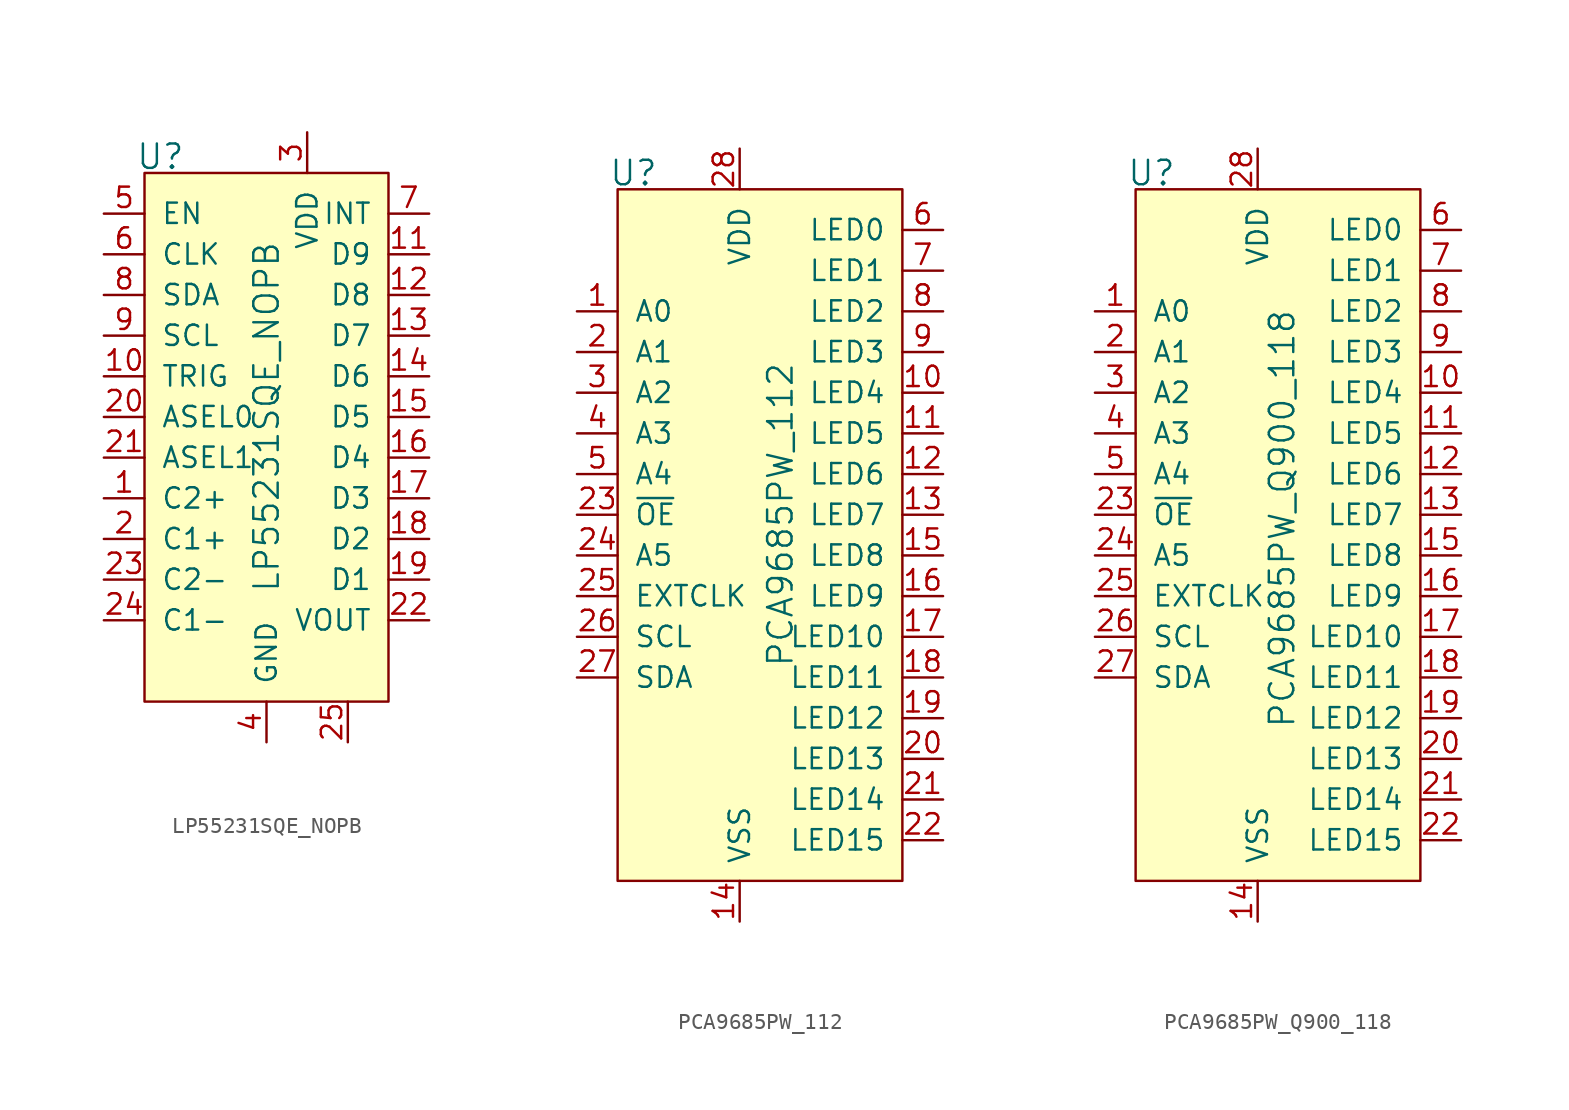
<source format=kicad_sym>
(kicad_symbol_lib
  (version 20211014)
  (generator kicad_symbol_editor)
  (symbol "LP55231SQE_NOPB"
    (pin_names
      (offset 1.016))
    (property "Reference" "U"
      (at -7.62 3.556 0)
      (effects (font (size 1.524 1.524)) (justify right)))
    (property "Value" "LP55231SQE_NOPB"
      (at -2.54 -12.7 90)
      (effects (font (size 1.524 1.524))))
    (symbol "LP55231SQE_NOPB_0_1"
      (rectangle (start -10.16 2.54) (end 5.08 -30.48) (stroke (width 0) (type default) (color 0 0 0 0)) (fill (type background))))
    (symbol "LP55231SQE_NOPB_1_1"
      (pin passive line (at -12.7 -17.78 0) (length 2.54) (name "C2+" (effects (font (size 1.27 1.27)))) (number "1" (effects (font (size 1.27 1.27)))))
      (pin input line (at -12.7 -10.16 0) (length 2.54) (name "TRIG" (effects (font (size 1.27 1.27)))) (number "10" (effects (font (size 1.27 1.27)))))
      (pin power_out line (at 7.62 -2.54 180) (length 2.54) (name "D9" (effects (font (size 1.27 1.27)))) (number "11" (effects (font (size 1.27 1.27)))))
      (pin power_out line (at 7.62 -5.08 180) (length 2.54) (name "D8" (effects (font (size 1.27 1.27)))) (number "12" (effects (font (size 1.27 1.27)))))
      (pin power_out line (at 7.62 -7.62 180) (length 2.54) (name "D7" (effects (font (size 1.27 1.27)))) (number "13" (effects (font (size 1.27 1.27)))))
      (pin power_out line (at 7.62 -10.16 180) (length 2.54) (name "D6" (effects (font (size 1.27 1.27)))) (number "14" (effects (font (size 1.27 1.27)))))
      (pin power_out line (at 7.62 -12.7 180) (length 2.54) (name "D5" (effects (font (size 1.27 1.27)))) (number "15" (effects (font (size 1.27 1.27)))))
      (pin power_out line (at 7.62 -15.24 180) (length 2.54) (name "D4" (effects (font (size 1.27 1.27)))) (number "16" (effects (font (size 1.27 1.27)))))
      (pin power_out line (at 7.62 -17.78 180) (length 2.54) (name "D3" (effects (font (size 1.27 1.27)))) (number "17" (effects (font (size 1.27 1.27)))))
      (pin power_out line (at 7.62 -20.32 180) (length 2.54) (name "D2" (effects (font (size 1.27 1.27)))) (number "18" (effects (font (size 1.27 1.27)))))
      (pin power_out line (at 7.62 -22.86 180) (length 2.54) (name "D1" (effects (font (size 1.27 1.27)))) (number "19" (effects (font (size 1.27 1.27)))))
      (pin passive line (at -12.7 -20.32 0) (length 2.54) (name "C1+" (effects (font (size 1.27 1.27)))) (number "2" (effects (font (size 1.27 1.27)))))
      (pin input line (at -12.7 -12.7 0) (length 2.54) (name "ASEL0" (effects (font (size 1.27 1.27)))) (number "20" (effects (font (size 1.27 1.27)))))
      (pin input line (at -12.7 -15.24 0) (length 2.54) (name "ASEL1" (effects (font (size 1.27 1.27)))) (number "21" (effects (font (size 1.27 1.27)))))
      (pin passive line (at 7.62 -25.4 180) (length 2.54) (name "VOUT" (effects (font (size 1.27 1.27)))) (number "22" (effects (font (size 1.27 1.27)))))
      (pin passive line (at -12.7 -22.86 0) (length 2.54) (name "C2-" (effects (font (size 1.27 1.27)))) (number "23" (effects (font (size 1.27 1.27)))))
      (pin passive line (at -12.7 -25.4 0) (length 2.54) (name "C1-" (effects (font (size 1.27 1.27)))) (number "24" (effects (font (size 1.27 1.27)))))
      (pin power_in line (at 2.54 -33.02 90) (length 2.54) (name "~" (effects (font (size 1.27 1.27)))) (number "25" (effects (font (size 1.27 1.27)))))
      (pin power_in line (at 0 5.08 270) (length 2.54) (name "VDD" (effects (font (size 1.27 1.27)))) (number "3" (effects (font (size 1.27 1.27)))))
      (pin power_in line (at -2.54 -33.02 90) (length 2.54) (name "GND" (effects (font (size 1.27 1.27)))) (number "4" (effects (font (size 1.27 1.27)))))
      (pin input line (at -12.7 0 0) (length 2.54) (name "EN" (effects (font (size 1.27 1.27)))) (number "5" (effects (font (size 1.27 1.27)))))
      (pin input line (at -12.7 -2.54 0) (length 2.54) (name "CLK" (effects (font (size 1.27 1.27)))) (number "6" (effects (font (size 1.27 1.27)))))
      (pin output line (at 7.62 0 180) (length 2.54) (name "INT" (effects (font (size 1.27 1.27)))) (number "7" (effects (font (size 1.27 1.27)))))
      (pin bidirectional line (at -12.7 -5.08 0) (length 2.54) (name "SDA" (effects (font (size 1.27 1.27)))) (number "8" (effects (font (size 1.27 1.27)))))
      (pin input line (at -12.7 -7.62 0) (length 2.54) (name "SCL" (effects (font (size 1.27 1.27)))) (number "9" (effects (font (size 1.27 1.27)))))))
  (symbol "PCA9685PW_112"
    (pin_names
      (offset 1.016))
    (property "Reference" "U"
      (at -7.62 21.336 0)
      (effects (font (size 1.524 1.524)) (justify right)))
    (property "Value" "PCA9685PW_112"
      (at 0 0 90)
      (effects (font (size 1.524 1.524))))
    (symbol "PCA9685PW_112_0_1"
      (rectangle (start -10.16 20.32) (end 7.62 -22.86) (stroke (width 0) (type default) (color 0 0 0 0)) (fill (type background))))
    (symbol "PCA9685PW_112_1_1"
      (pin input line (at -12.7 12.7 0) (length 2.54) (name "A0" (effects (font (size 1.27 1.27)))) (number "1" (effects (font (size 1.27 1.27)))))
      (pin power_out line (at 10.16 7.62 180) (length 2.54) (name "LED4" (effects (font (size 1.27 1.27)))) (number "10" (effects (font (size 1.27 1.27)))))
      (pin power_out line (at 10.16 5.08 180) (length 2.54) (name "LED5" (effects (font (size 1.27 1.27)))) (number "11" (effects (font (size 1.27 1.27)))))
      (pin power_out line (at 10.16 2.54 180) (length 2.54) (name "LED6" (effects (font (size 1.27 1.27)))) (number "12" (effects (font (size 1.27 1.27)))))
      (pin power_out line (at 10.16 0 180) (length 2.54) (name "LED7" (effects (font (size 1.27 1.27)))) (number "13" (effects (font (size 1.27 1.27)))))
      (pin power_in line (at -2.54 -25.4 90) (length 2.54) (name "VSS" (effects (font (size 1.27 1.27)))) (number "14" (effects (font (size 1.27 1.27)))))
      (pin power_out line (at 10.16 -2.54 180) (length 2.54) (name "LED8" (effects (font (size 1.27 1.27)))) (number "15" (effects (font (size 1.27 1.27)))))
      (pin power_out line (at 10.16 -5.08 180) (length 2.54) (name "LED9" (effects (font (size 1.27 1.27)))) (number "16" (effects (font (size 1.27 1.27)))))
      (pin power_out line (at 10.16 -7.62 180) (length 2.54) (name "LED10" (effects (font (size 1.27 1.27)))) (number "17" (effects (font (size 1.27 1.27)))))
      (pin power_out line (at 10.16 -10.16 180) (length 2.54) (name "LED11" (effects (font (size 1.27 1.27)))) (number "18" (effects (font (size 1.27 1.27)))))
      (pin power_out line (at 10.16 -12.7 180) (length 2.54) (name "LED12" (effects (font (size 1.27 1.27)))) (number "19" (effects (font (size 1.27 1.27)))))
      (pin input line (at -12.7 10.16 0) (length 2.54) (name "A1" (effects (font (size 1.27 1.27)))) (number "2" (effects (font (size 1.27 1.27)))))
      (pin power_out line (at 10.16 -15.24 180) (length 2.54) (name "LED13" (effects (font (size 1.27 1.27)))) (number "20" (effects (font (size 1.27 1.27)))))
      (pin power_out line (at 10.16 -17.78 180) (length 2.54) (name "LED14" (effects (font (size 1.27 1.27)))) (number "21" (effects (font (size 1.27 1.27)))))
      (pin power_out line (at 10.16 -20.32 180) (length 2.54) (name "LED15" (effects (font (size 1.27 1.27)))) (number "22" (effects (font (size 1.27 1.27)))))
      (pin input line (at -12.7 0 0) (length 2.54) (name "~{OE}" (effects (font (size 1.27 1.27)))) (number "23" (effects (font (size 1.27 1.27)))))
      (pin input line (at -12.7 -2.54 0) (length 2.54) (name "A5" (effects (font (size 1.27 1.27)))) (number "24" (effects (font (size 1.27 1.27)))))
      (pin input line (at -12.7 -5.08 0) (length 2.54) (name "EXTCLK" (effects (font (size 1.27 1.27)))) (number "25" (effects (font (size 1.27 1.27)))))
      (pin input line (at -12.7 -7.62 0) (length 2.54) (name "SCL" (effects (font (size 1.27 1.27)))) (number "26" (effects (font (size 1.27 1.27)))))
      (pin bidirectional line (at -12.7 -10.16 0) (length 2.54) (name "SDA" (effects (font (size 1.27 1.27)))) (number "27" (effects (font (size 1.27 1.27)))))
      (pin power_in line (at -2.54 22.86 270) (length 2.54) (name "VDD" (effects (font (size 1.27 1.27)))) (number "28" (effects (font (size 1.27 1.27)))))
      (pin input line (at -12.7 7.62 0) (length 2.54) (name "A2" (effects (font (size 1.27 1.27)))) (number "3" (effects (font (size 1.27 1.27)))))
      (pin input line (at -12.7 5.08 0) (length 2.54) (name "A3" (effects (font (size 1.27 1.27)))) (number "4" (effects (font (size 1.27 1.27)))))
      (pin input line (at -12.7 2.54 0) (length 2.54) (name "A4" (effects (font (size 1.27 1.27)))) (number "5" (effects (font (size 1.27 1.27)))))
      (pin power_out line (at 10.16 17.78 180) (length 2.54) (name "LED0" (effects (font (size 1.27 1.27)))) (number "6" (effects (font (size 1.27 1.27)))))
      (pin power_out line (at 10.16 15.24 180) (length 2.54) (name "LED1" (effects (font (size 1.27 1.27)))) (number "7" (effects (font (size 1.27 1.27)))))
      (pin power_out line (at 10.16 12.7 180) (length 2.54) (name "LED2" (effects (font (size 1.27 1.27)))) (number "8" (effects (font (size 1.27 1.27)))))
      (pin power_out line (at 10.16 10.16 180) (length 2.54) (name "LED3" (effects (font (size 1.27 1.27)))) (number "9" (effects (font (size 1.27 1.27)))))))
  (symbol "PCA9685PW_Q900_118"
    (pin_names
      (offset 1.016))
    (property "Reference" "U"
      (at -7.62 21.336 0)
      (effects (font (size 1.524 1.524)) (justify right)))
    (property "Value" "PCA9685PW_Q900_118"
      (at -1.016 -0.254 90)
      (effects (font (size 1.524 1.524))))
    (symbol "PCA9685PW_Q900_118_0_1"
      (rectangle (start -10.16 20.32) (end 7.62 -22.86) (stroke (width 0) (type default) (color 0 0 0 0)) (fill (type background))))
    (symbol "PCA9685PW_Q900_118_1_1"
      (pin input line (at -12.7 12.7 0) (length 2.54) (name "A0" (effects (font (size 1.27 1.27)))) (number "1" (effects (font (size 1.27 1.27)))))
      (pin power_out line (at 10.16 7.62 180) (length 2.54) (name "LED4" (effects (font (size 1.27 1.27)))) (number "10" (effects (font (size 1.27 1.27)))))
      (pin power_out line (at 10.16 5.08 180) (length 2.54) (name "LED5" (effects (font (size 1.27 1.27)))) (number "11" (effects (font (size 1.27 1.27)))))
      (pin power_out line (at 10.16 2.54 180) (length 2.54) (name "LED6" (effects (font (size 1.27 1.27)))) (number "12" (effects (font (size 1.27 1.27)))))
      (pin power_out line (at 10.16 0 180) (length 2.54) (name "LED7" (effects (font (size 1.27 1.27)))) (number "13" (effects (font (size 1.27 1.27)))))
      (pin power_in line (at -2.54 -25.4 90) (length 2.54) (name "VSS" (effects (font (size 1.27 1.27)))) (number "14" (effects (font (size 1.27 1.27)))))
      (pin power_out line (at 10.16 -2.54 180) (length 2.54) (name "LED8" (effects (font (size 1.27 1.27)))) (number "15" (effects (font (size 1.27 1.27)))))
      (pin power_out line (at 10.16 -5.08 180) (length 2.54) (name "LED9" (effects (font (size 1.27 1.27)))) (number "16" (effects (font (size 1.27 1.27)))))
      (pin power_out line (at 10.16 -7.62 180) (length 2.54) (name "LED10" (effects (font (size 1.27 1.27)))) (number "17" (effects (font (size 1.27 1.27)))))
      (pin power_out line (at 10.16 -10.16 180) (length 2.54) (name "LED11" (effects (font (size 1.27 1.27)))) (number "18" (effects (font (size 1.27 1.27)))))
      (pin power_out line (at 10.16 -12.7 180) (length 2.54) (name "LED12" (effects (font (size 1.27 1.27)))) (number "19" (effects (font (size 1.27 1.27)))))
      (pin input line (at -12.7 10.16 0) (length 2.54) (name "A1" (effects (font (size 1.27 1.27)))) (number "2" (effects (font (size 1.27 1.27)))))
      (pin power_out line (at 10.16 -15.24 180) (length 2.54) (name "LED13" (effects (font (size 1.27 1.27)))) (number "20" (effects (font (size 1.27 1.27)))))
      (pin power_out line (at 10.16 -17.78 180) (length 2.54) (name "LED14" (effects (font (size 1.27 1.27)))) (number "21" (effects (font (size 1.27 1.27)))))
      (pin power_out line (at 10.16 -20.32 180) (length 2.54) (name "LED15" (effects (font (size 1.27 1.27)))) (number "22" (effects (font (size 1.27 1.27)))))
      (pin input line (at -12.7 0 0) (length 2.54) (name "~{OE}" (effects (font (size 1.27 1.27)))) (number "23" (effects (font (size 1.27 1.27)))))
      (pin input line (at -12.7 -2.54 0) (length 2.54) (name "A5" (effects (font (size 1.27 1.27)))) (number "24" (effects (font (size 1.27 1.27)))))
      (pin input line (at -12.7 -5.08 0) (length 2.54) (name "EXTCLK" (effects (font (size 1.27 1.27)))) (number "25" (effects (font (size 1.27 1.27)))))
      (pin input line (at -12.7 -7.62 0) (length 2.54) (name "SCL" (effects (font (size 1.27 1.27)))) (number "26" (effects (font (size 1.27 1.27)))))
      (pin bidirectional line (at -12.7 -10.16 0) (length 2.54) (name "SDA" (effects (font (size 1.27 1.27)))) (number "27" (effects (font (size 1.27 1.27)))))
      (pin power_in line (at -2.54 22.86 270) (length 2.54) (name "VDD" (effects (font (size 1.27 1.27)))) (number "28" (effects (font (size 1.27 1.27)))))
      (pin input line (at -12.7 7.62 0) (length 2.54) (name "A2" (effects (font (size 1.27 1.27)))) (number "3" (effects (font (size 1.27 1.27)))))
      (pin input line (at -12.7 5.08 0) (length 2.54) (name "A3" (effects (font (size 1.27 1.27)))) (number "4" (effects (font (size 1.27 1.27)))))
      (pin input line (at -12.7 2.54 0) (length 2.54) (name "A4" (effects (font (size 1.27 1.27)))) (number "5" (effects (font (size 1.27 1.27)))))
      (pin power_out line (at 10.16 17.78 180) (length 2.54) (name "LED0" (effects (font (size 1.27 1.27)))) (number "6" (effects (font (size 1.27 1.27)))))
      (pin power_out line (at 10.16 15.24 180) (length 2.54) (name "LED1" (effects (font (size 1.27 1.27)))) (number "7" (effects (font (size 1.27 1.27)))))
      (pin power_out line (at 10.16 12.7 180) (length 2.54) (name "LED2" (effects (font (size 1.27 1.27)))) (number "8" (effects (font (size 1.27 1.27)))))
      (pin power_out line (at 10.16 10.16 180) (length 2.54) (name "LED3" (effects (font (size 1.27 1.27)))) (number "9" (effects (font (size 1.27 1.27))))))))
</source>
